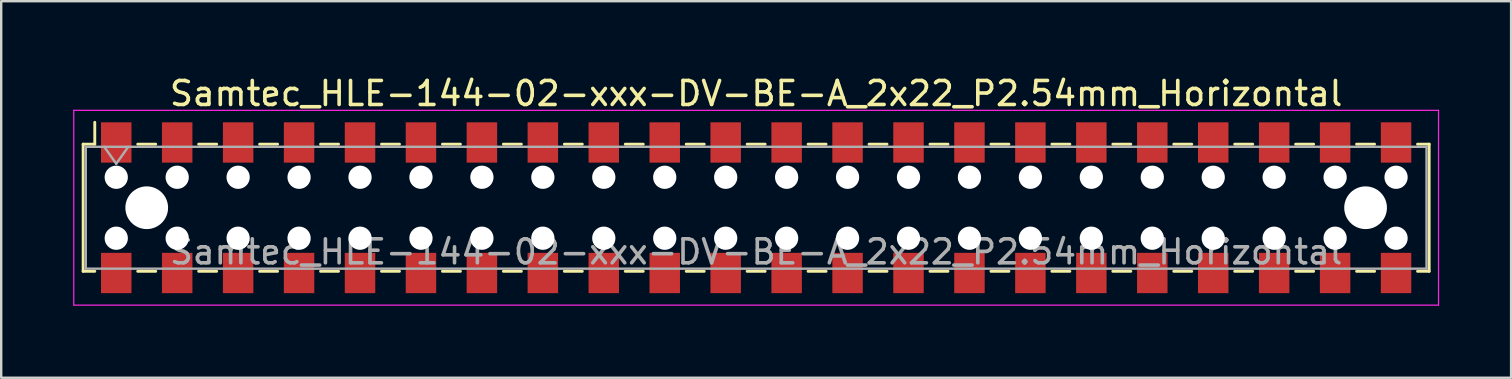
<source format=kicad_pcb>
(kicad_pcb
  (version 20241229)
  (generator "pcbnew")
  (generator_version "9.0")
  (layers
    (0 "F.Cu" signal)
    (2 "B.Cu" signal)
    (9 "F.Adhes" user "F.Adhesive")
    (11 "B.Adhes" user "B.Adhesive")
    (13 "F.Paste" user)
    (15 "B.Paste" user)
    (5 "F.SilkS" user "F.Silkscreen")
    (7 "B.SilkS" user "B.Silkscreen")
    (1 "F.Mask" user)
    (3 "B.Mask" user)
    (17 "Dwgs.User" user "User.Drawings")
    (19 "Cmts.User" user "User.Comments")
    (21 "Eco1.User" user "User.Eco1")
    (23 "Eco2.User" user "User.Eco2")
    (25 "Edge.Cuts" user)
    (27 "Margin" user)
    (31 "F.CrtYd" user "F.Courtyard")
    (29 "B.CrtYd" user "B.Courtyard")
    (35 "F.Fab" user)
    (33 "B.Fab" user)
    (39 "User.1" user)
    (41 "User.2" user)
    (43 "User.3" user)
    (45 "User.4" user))
  (footprint "Samtec_HLE-144-02-xxx-DV-BE-A_2x22_P2.54mm_Horizontal"
    (layer "F.Cu")
    (at 28.465 5.608)
    (property "Reference" "Samtec_HLE-144-02-xxx-DV-BE-A_2x22_P2.54mm_Horizontal" (at 0 -4.76 0) (layer "F.SilkS") (effects (font (size 1 1) (thickness 0.15))))
    (attr smd)
    (fp_line (start -28.05 -2.65) (end -28.05 2.65) (stroke (width 0.12) (type solid)) (layer "F.SilkS"))
    (fp_line (start -28.05 2.65) (end -27.565 2.65) (stroke (width 0.12) (type solid)) (layer "F.SilkS"))
    (fp_line (start -27.565 -3.56) (end -27.565 -2.65) (stroke (width 0.12) (type solid)) (layer "F.SilkS"))
    (fp_line (start -27.565 -2.65) (end -28.05 -2.65) (stroke (width 0.12) (type solid)) (layer "F.SilkS"))
    (fp_line (start -25.775 -2.65) (end -25.025 -2.65) (stroke (width 0.12) (type solid)) (layer "F.SilkS"))
    (fp_line (start -25.775 2.65) (end -25.025 2.65) (stroke (width 0.12) (type solid)) (layer "F.SilkS"))
    (fp_line (start -23.235 -2.65) (end -22.485 -2.65) (stroke (width 0.12) (type solid)) (layer "F.SilkS"))
    (fp_line (start -23.235 2.65) (end -22.485 2.65) (stroke (width 0.12) (type solid)) (layer "F.SilkS"))
    (fp_line (start -20.695 -2.65) (end -19.945 -2.65) (stroke (width 0.12) (type solid)) (layer "F.SilkS"))
    (fp_line (start -20.695 2.65) (end -19.945 2.65) (stroke (width 0.12) (type solid)) (layer "F.SilkS"))
    (fp_line (start -18.155 -2.65) (end -17.405 -2.65) (stroke (width 0.12) (type solid)) (layer "F.SilkS"))
    (fp_line (start -18.155 2.65) (end -17.405 2.65) (stroke (width 0.12) (type solid)) (layer "F.SilkS"))
    (fp_line (start -15.615 -2.65) (end -14.865 -2.65) (stroke (width 0.12) (type solid)) (layer "F.SilkS"))
    (fp_line (start -15.615 2.65) (end -14.865 2.65) (stroke (width 0.12) (type solid)) (layer "F.SilkS"))
    (fp_line (start -13.075 -2.65) (end -12.325 -2.65) (stroke (width 0.12) (type solid)) (layer "F.SilkS"))
    (fp_line (start -13.075 2.65) (end -12.325 2.65) (stroke (width 0.12) (type solid)) (layer "F.SilkS"))
    (fp_line (start -10.535 -2.65) (end -9.785 -2.65) (stroke (width 0.12) (type solid)) (layer "F.SilkS"))
    (fp_line (start -10.535 2.65) (end -9.785 2.65) (stroke (width 0.12) (type solid)) (layer "F.SilkS"))
    (fp_line (start -7.995 -2.65) (end -7.245 -2.65) (stroke (width 0.12) (type solid)) (layer "F.SilkS"))
    (fp_line (start -7.995 2.65) (end -7.245 2.65) (stroke (width 0.12) (type solid)) (layer "F.SilkS"))
    (fp_line (start -5.455 -2.65) (end -4.705 -2.65) (stroke (width 0.12) (type solid)) (layer "F.SilkS"))
    (fp_line (start -5.455 2.65) (end -4.705 2.65) (stroke (width 0.12) (type solid)) (layer "F.SilkS"))
    (fp_line (start -2.915 -2.65) (end -2.165 -2.65) (stroke (width 0.12) (type solid)) (layer "F.SilkS"))
    (fp_line (start -2.915 2.65) (end -2.165 2.65) (stroke (width 0.12) (type solid)) (layer "F.SilkS"))
    (fp_line (start -0.375 -2.65) (end 0.375 -2.65) (stroke (width 0.12) (type solid)) (layer "F.SilkS"))
    (fp_line (start -0.375 2.65) (end 0.375 2.65) (stroke (width 0.12) (type solid)) (layer "F.SilkS"))
    (fp_line (start 2.165 -2.65) (end 2.915 -2.65) (stroke (width 0.12) (type solid)) (layer "F.SilkS"))
    (fp_line (start 2.165 2.65) (end 2.915 2.65) (stroke (width 0.12) (type solid)) (layer "F.SilkS"))
    (fp_line (start 4.705 -2.65) (end 5.455 -2.65) (stroke (width 0.12) (type solid)) (layer "F.SilkS"))
    (fp_line (start 4.705 2.65) (end 5.455 2.65) (stroke (width 0.12) (type solid)) (layer "F.SilkS"))
    (fp_line (start 7.245 -2.65) (end 7.995 -2.65) (stroke (width 0.12) (type solid)) (layer "F.SilkS"))
    (fp_line (start 7.245 2.65) (end 7.995 2.65) (stroke (width 0.12) (type solid)) (layer "F.SilkS"))
    (fp_line (start 9.785 -2.65) (end 10.535 -2.65) (stroke (width 0.12) (type solid)) (layer "F.SilkS"))
    (fp_line (start 9.785 2.65) (end 10.535 2.65) (stroke (width 0.12) (type solid)) (layer "F.SilkS"))
    (fp_line (start 12.325 -2.65) (end 13.075 -2.65) (stroke (width 0.12) (type solid)) (layer "F.SilkS"))
    (fp_line (start 12.325 2.65) (end 13.075 2.65) (stroke (width 0.12) (type solid)) (layer "F.SilkS"))
    (fp_line (start 14.865 -2.65) (end 15.615 -2.65) (stroke (width 0.12) (type solid)) (layer "F.SilkS"))
    (fp_line (start 14.865 2.65) (end 15.615 2.65) (stroke (width 0.12) (type solid)) (layer "F.SilkS"))
    (fp_line (start 17.405 -2.65) (end 18.155 -2.65) (stroke (width 0.12) (type solid)) (layer "F.SilkS"))
    (fp_line (start 17.405 2.65) (end 18.155 2.65) (stroke (width 0.12) (type solid)) (layer "F.SilkS"))
    (fp_line (start 19.945 -2.65) (end 20.695 -2.65) (stroke (width 0.12) (type solid)) (layer "F.SilkS"))
    (fp_line (start 19.945 2.65) (end 20.695 2.65) (stroke (width 0.12) (type solid)) (layer "F.SilkS"))
    (fp_line (start 22.485 -2.65) (end 23.235 -2.65) (stroke (width 0.12) (type solid)) (layer "F.SilkS"))
    (fp_line (start 22.485 2.65) (end 23.235 2.65) (stroke (width 0.12) (type solid)) (layer "F.SilkS"))
    (fp_line (start 25.025 -2.65) (end 25.775 -2.65) (stroke (width 0.12) (type solid)) (layer "F.SilkS"))
    (fp_line (start 25.025 2.65) (end 25.775 2.65) (stroke (width 0.12) (type solid)) (layer "F.SilkS"))
    (fp_line (start 27.565 -2.65) (end 28.05 -2.65) (stroke (width 0.12) (type solid)) (layer "F.SilkS"))
    (fp_line (start 28.05 -2.65) (end 28.05 2.65) (stroke (width 0.12) (type solid)) (layer "F.SilkS"))
    (fp_line (start 28.05 2.65) (end 27.565 2.65) (stroke (width 0.12) (type solid)) (layer "F.SilkS"))
    (fp_line (start -28.44 -4.06) (end 28.44 -4.06) (stroke (width 0.05) (type solid)) (layer "F.CrtYd"))
    (fp_line (start -28.44 4.06) (end -28.44 -4.06) (stroke (width 0.05) (type solid)) (layer "F.CrtYd"))
    (fp_line (start 28.44 -4.06) (end 28.44 4.06) (stroke (width 0.05) (type solid)) (layer "F.CrtYd"))
    (fp_line (start 28.44 4.06) (end -28.44 4.06) (stroke (width 0.05) (type solid)) (layer "F.CrtYd"))
    (fp_line (start -27.94 -2.54) (end 27.94 -2.54) (stroke (width 0.1) (type solid)) (layer "F.Fab"))
    (fp_line (start -27.94 2.54) (end -27.94 -2.54) (stroke (width 0.1) (type solid)) (layer "F.Fab"))
    (fp_line (start -27.17 -2.54) (end -26.67 -1.833) (stroke (width 0.1) (type solid)) (layer "F.Fab"))
    (fp_line (start -26.67 -1.833) (end -26.17 -2.54) (stroke (width 0.1) (type solid)) (layer "F.Fab"))
    (fp_line (start 27.94 -2.54) (end 27.94 2.54) (stroke (width 0.1) (type solid)) (layer "F.Fab"))
    (fp_line (start 27.94 2.54) (end -27.94 2.54) (stroke (width 0.1) (type solid)) (layer "F.Fab"))
    (fp_text user "${REFERENCE}" (at 0 1.84 0) (layer "F.Fab") (effects (font (size 1 1) (thickness 0.15))))
    (pad "" np_thru_hole circle (at -26.67 -1.27) (size 0.97 0.97) (drill 0.97) (layers "*.Cu" "*.Mask"))
    (pad "" np_thru_hole circle (at -26.67 1.27) (size 0.97 0.97) (drill 0.97) (layers "*.Cu" "*.Mask"))
    (pad "" np_thru_hole circle (at -25.4 0) (size 1.78 1.78) (drill 1.78) (layers "*.Cu" "*.Mask"))
    (pad "" np_thru_hole circle (at -24.13 -1.27) (size 0.97 0.97) (drill 0.97) (layers "*.Cu" "*.Mask"))
    (pad "" np_thru_hole circle (at -24.13 1.27) (size 0.97 0.97) (drill 0.97) (layers "*.Cu" "*.Mask"))
    (pad "" np_thru_hole circle (at -21.59 -1.27) (size 0.97 0.97) (drill 0.97) (layers "*.Cu" "*.Mask"))
    (pad "" np_thru_hole circle (at -21.59 1.27) (size 0.97 0.97) (drill 0.97) (layers "*.Cu" "*.Mask"))
    (pad "" np_thru_hole circle (at -19.05 -1.27) (size 0.97 0.97) (drill 0.97) (layers "*.Cu" "*.Mask"))
    (pad "" np_thru_hole circle (at -19.05 1.27) (size 0.97 0.97) (drill 0.97) (layers "*.Cu" "*.Mask"))
    (pad "" np_thru_hole circle (at -16.51 -1.27) (size 0.97 0.97) (drill 0.97) (layers "*.Cu" "*.Mask"))
    (pad "" np_thru_hole circle (at -16.51 1.27) (size 0.97 0.97) (drill 0.97) (layers "*.Cu" "*.Mask"))
    (pad "" np_thru_hole circle (at -13.97 -1.27) (size 0.97 0.97) (drill 0.97) (layers "*.Cu" "*.Mask"))
    (pad "" np_thru_hole circle (at -13.97 1.27) (size 0.97 0.97) (drill 0.97) (layers "*.Cu" "*.Mask"))
    (pad "" np_thru_hole circle (at -11.43 -1.27) (size 0.97 0.97) (drill 0.97) (layers "*.Cu" "*.Mask"))
    (pad "" np_thru_hole circle (at -11.43 1.27) (size 0.97 0.97) (drill 0.97) (layers "*.Cu" "*.Mask"))
    (pad "" np_thru_hole circle (at -8.89 -1.27) (size 0.97 0.97) (drill 0.97) (layers "*.Cu" "*.Mask"))
    (pad "" np_thru_hole circle (at -8.89 1.27) (size 0.97 0.97) (drill 0.97) (layers "*.Cu" "*.Mask"))
    (pad "" np_thru_hole circle (at -6.35 -1.27) (size 0.97 0.97) (drill 0.97) (layers "*.Cu" "*.Mask"))
    (pad "" np_thru_hole circle (at -6.35 1.27) (size 0.97 0.97) (drill 0.97) (layers "*.Cu" "*.Mask"))
    (pad "" np_thru_hole circle (at -3.81 -1.27) (size 0.97 0.97) (drill 0.97) (layers "*.Cu" "*.Mask"))
    (pad "" np_thru_hole circle (at -3.81 1.27) (size 0.97 0.97) (drill 0.97) (layers "*.Cu" "*.Mask"))
    (pad "" np_thru_hole circle (at -1.27 -1.27) (size 0.97 0.97) (drill 0.97) (layers "*.Cu" "*.Mask"))
    (pad "" np_thru_hole circle (at -1.27 1.27) (size 0.97 0.97) (drill 0.97) (layers "*.Cu" "*.Mask"))
    (pad "" np_thru_hole circle (at 1.27 -1.27) (size 0.97 0.97) (drill 0.97) (layers "*.Cu" "*.Mask"))
    (pad "" np_thru_hole circle (at 1.27 1.27) (size 0.97 0.97) (drill 0.97) (layers "*.Cu" "*.Mask"))
    (pad "" np_thru_hole circle (at 3.81 -1.27) (size 0.97 0.97) (drill 0.97) (layers "*.Cu" "*.Mask"))
    (pad "" np_thru_hole circle (at 3.81 1.27) (size 0.97 0.97) (drill 0.97) (layers "*.Cu" "*.Mask"))
    (pad "" np_thru_hole circle (at 6.35 -1.27) (size 0.97 0.97) (drill 0.97) (layers "*.Cu" "*.Mask"))
    (pad "" np_thru_hole circle (at 6.35 1.27) (size 0.97 0.97) (drill 0.97) (layers "*.Cu" "*.Mask"))
    (pad "" np_thru_hole circle (at 8.89 -1.27) (size 0.97 0.97) (drill 0.97) (layers "*.Cu" "*.Mask"))
    (pad "" np_thru_hole circle (at 8.89 1.27) (size 0.97 0.97) (drill 0.97) (layers "*.Cu" "*.Mask"))
    (pad "" np_thru_hole circle (at 11.43 -1.27) (size 0.97 0.97) (drill 0.97) (layers "*.Cu" "*.Mask"))
    (pad "" np_thru_hole circle (at 11.43 1.27) (size 0.97 0.97) (drill 0.97) (layers "*.Cu" "*.Mask"))
    (pad "" np_thru_hole circle (at 13.97 -1.27) (size 0.97 0.97) (drill 0.97) (layers "*.Cu" "*.Mask"))
    (pad "" np_thru_hole circle (at 13.97 1.27) (size 0.97 0.97) (drill 0.97) (layers "*.Cu" "*.Mask"))
    (pad "" np_thru_hole circle (at 16.51 -1.27) (size 0.97 0.97) (drill 0.97) (layers "*.Cu" "*.Mask"))
    (pad "" np_thru_hole circle (at 16.51 1.27) (size 0.97 0.97) (drill 0.97) (layers "*.Cu" "*.Mask"))
    (pad "" np_thru_hole circle (at 19.05 -1.27) (size 0.97 0.97) (drill 0.97) (layers "*.Cu" "*.Mask"))
    (pad "" np_thru_hole circle (at 19.05 1.27) (size 0.97 0.97) (drill 0.97) (layers "*.Cu" "*.Mask"))
    (pad "" np_thru_hole circle (at 21.59 -1.27) (size 0.97 0.97) (drill 0.97) (layers "*.Cu" "*.Mask"))
    (pad "" np_thru_hole circle (at 21.59 1.27) (size 0.97 0.97) (drill 0.97) (layers "*.Cu" "*.Mask"))
    (pad "" np_thru_hole circle (at 24.13 -1.27) (size 0.97 0.97) (drill 0.97) (layers "*.Cu" "*.Mask"))
    (pad "" np_thru_hole circle (at 24.13 1.27) (size 0.97 0.97) (drill 0.97) (layers "*.Cu" "*.Mask"))
    (pad "" np_thru_hole circle (at 25.4 0) (size 1.78 1.78) (drill 1.78) (layers "*.Cu" "*.Mask"))
    (pad "" np_thru_hole circle (at 26.67 -1.27) (size 0.97 0.97) (drill 0.97) (layers "*.Cu" "*.Mask"))
    (pad "" np_thru_hole circle (at 26.67 1.27) (size 0.97 0.97) (drill 0.97) (layers "*.Cu" "*.Mask"))
    (pad "1" smd rect (at -26.67 -2.72) (size 1.27 1.68) (layers "F.Cu" "F.Mask" "F.Paste"))
    (pad "2" smd rect (at -26.67 2.72) (size 1.27 1.68) (layers "F.Cu" "F.Mask" "F.Paste"))
    (pad "3" smd rect (at -24.13 -2.72) (size 1.27 1.68) (layers "F.Cu" "F.Mask" "F.Paste"))
    (pad "4" smd rect (at -24.13 2.72) (size 1.27 1.68) (layers "F.Cu" "F.Mask" "F.Paste"))
    (pad "5" smd rect (at -21.59 -2.72) (size 1.27 1.68) (layers "F.Cu" "F.Mask" "F.Paste"))
    (pad "6" smd rect (at -21.59 2.72) (size 1.27 1.68) (layers "F.Cu" "F.Mask" "F.Paste"))
    (pad "7" smd rect (at -19.05 -2.72) (size 1.27 1.68) (layers "F.Cu" "F.Mask" "F.Paste"))
    (pad "8" smd rect (at -19.05 2.72) (size 1.27 1.68) (layers "F.Cu" "F.Mask" "F.Paste"))
    (pad "9" smd rect (at -16.51 -2.72) (size 1.27 1.68) (layers "F.Cu" "F.Mask" "F.Paste"))
    (pad "10" smd rect (at -16.51 2.72) (size 1.27 1.68) (layers "F.Cu" "F.Mask" "F.Paste"))
    (pad "11" smd rect (at -13.97 -2.72) (size 1.27 1.68) (layers "F.Cu" "F.Mask" "F.Paste"))
    (pad "12" smd rect (at -13.97 2.72) (size 1.27 1.68) (layers "F.Cu" "F.Mask" "F.Paste"))
    (pad "13" smd rect (at -11.43 -2.72) (size 1.27 1.68) (layers "F.Cu" "F.Mask" "F.Paste"))
    (pad "14" smd rect (at -11.43 2.72) (size 1.27 1.68) (layers "F.Cu" "F.Mask" "F.Paste"))
    (pad "15" smd rect (at -8.89 -2.72) (size 1.27 1.68) (layers "F.Cu" "F.Mask" "F.Paste"))
    (pad "16" smd rect (at -8.89 2.72) (size 1.27 1.68) (layers "F.Cu" "F.Mask" "F.Paste"))
    (pad "17" smd rect (at -6.35 -2.72) (size 1.27 1.68) (layers "F.Cu" "F.Mask" "F.Paste"))
    (pad "18" smd rect (at -6.35 2.72) (size 1.27 1.68) (layers "F.Cu" "F.Mask" "F.Paste"))
    (pad "19" smd rect (at -3.81 -2.72) (size 1.27 1.68) (layers "F.Cu" "F.Mask" "F.Paste"))
    (pad "20" smd rect (at -3.81 2.72) (size 1.27 1.68) (layers "F.Cu" "F.Mask" "F.Paste"))
    (pad "21" smd rect (at -1.27 -2.72) (size 1.27 1.68) (layers "F.Cu" "F.Mask" "F.Paste"))
    (pad "22" smd rect (at -1.27 2.72) (size 1.27 1.68) (layers "F.Cu" "F.Mask" "F.Paste"))
    (pad "23" smd rect (at 1.27 -2.72) (size 1.27 1.68) (layers "F.Cu" "F.Mask" "F.Paste"))
    (pad "24" smd rect (at 1.27 2.72) (size 1.27 1.68) (layers "F.Cu" "F.Mask" "F.Paste"))
    (pad "25" smd rect (at 3.81 -2.72) (size 1.27 1.68) (layers "F.Cu" "F.Mask" "F.Paste"))
    (pad "26" smd rect (at 3.81 2.72) (size 1.27 1.68) (layers "F.Cu" "F.Mask" "F.Paste"))
    (pad "27" smd rect (at 6.35 -2.72) (size 1.27 1.68) (layers "F.Cu" "F.Mask" "F.Paste"))
    (pad "28" smd rect (at 6.35 2.72) (size 1.27 1.68) (layers "F.Cu" "F.Mask" "F.Paste"))
    (pad "29" smd rect (at 8.89 -2.72) (size 1.27 1.68) (layers "F.Cu" "F.Mask" "F.Paste"))
    (pad "30" smd rect (at 8.89 2.72) (size 1.27 1.68) (layers "F.Cu" "F.Mask" "F.Paste"))
    (pad "31" smd rect (at 11.43 -2.72) (size 1.27 1.68) (layers "F.Cu" "F.Mask" "F.Paste"))
    (pad "32" smd rect (at 11.43 2.72) (size 1.27 1.68) (layers "F.Cu" "F.Mask" "F.Paste"))
    (pad "33" smd rect (at 13.97 -2.72) (size 1.27 1.68) (layers "F.Cu" "F.Mask" "F.Paste"))
    (pad "34" smd rect (at 13.97 2.72) (size 1.27 1.68) (layers "F.Cu" "F.Mask" "F.Paste"))
    (pad "35" smd rect (at 16.51 -2.72) (size 1.27 1.68) (layers "F.Cu" "F.Mask" "F.Paste"))
    (pad "36" smd rect (at 16.51 2.72) (size 1.27 1.68) (layers "F.Cu" "F.Mask" "F.Paste"))
    (pad "37" smd rect (at 19.05 -2.72) (size 1.27 1.68) (layers "F.Cu" "F.Mask" "F.Paste"))
    (pad "38" smd rect (at 19.05 2.72) (size 1.27 1.68) (layers "F.Cu" "F.Mask" "F.Paste"))
    (pad "39" smd rect (at 21.59 -2.72) (size 1.27 1.68) (layers "F.Cu" "F.Mask" "F.Paste"))
    (pad "40" smd rect (at 21.59 2.72) (size 1.27 1.68) (layers "F.Cu" "F.Mask" "F.Paste"))
    (pad "41" smd rect (at 24.13 -2.72) (size 1.27 1.68) (layers "F.Cu" "F.Mask" "F.Paste"))
    (pad "42" smd rect (at 24.13 2.72) (size 1.27 1.68) (layers "F.Cu" "F.Mask" "F.Paste"))
    (pad "43" smd rect (at 26.67 -2.72) (size 1.27 1.68) (layers "F.Cu" "F.Mask" "F.Paste"))
    (pad "44" smd rect (at 26.67 2.72) (size 1.27 1.68) (layers "F.Cu" "F.Mask" "F.Paste")))
  (gr_rect
    (start -3 -3)
    (end 59.93 12.693)
    (stroke (width 0.1) (type default))
    (fill no)
    (layer "Edge.Cuts")))
</source>
